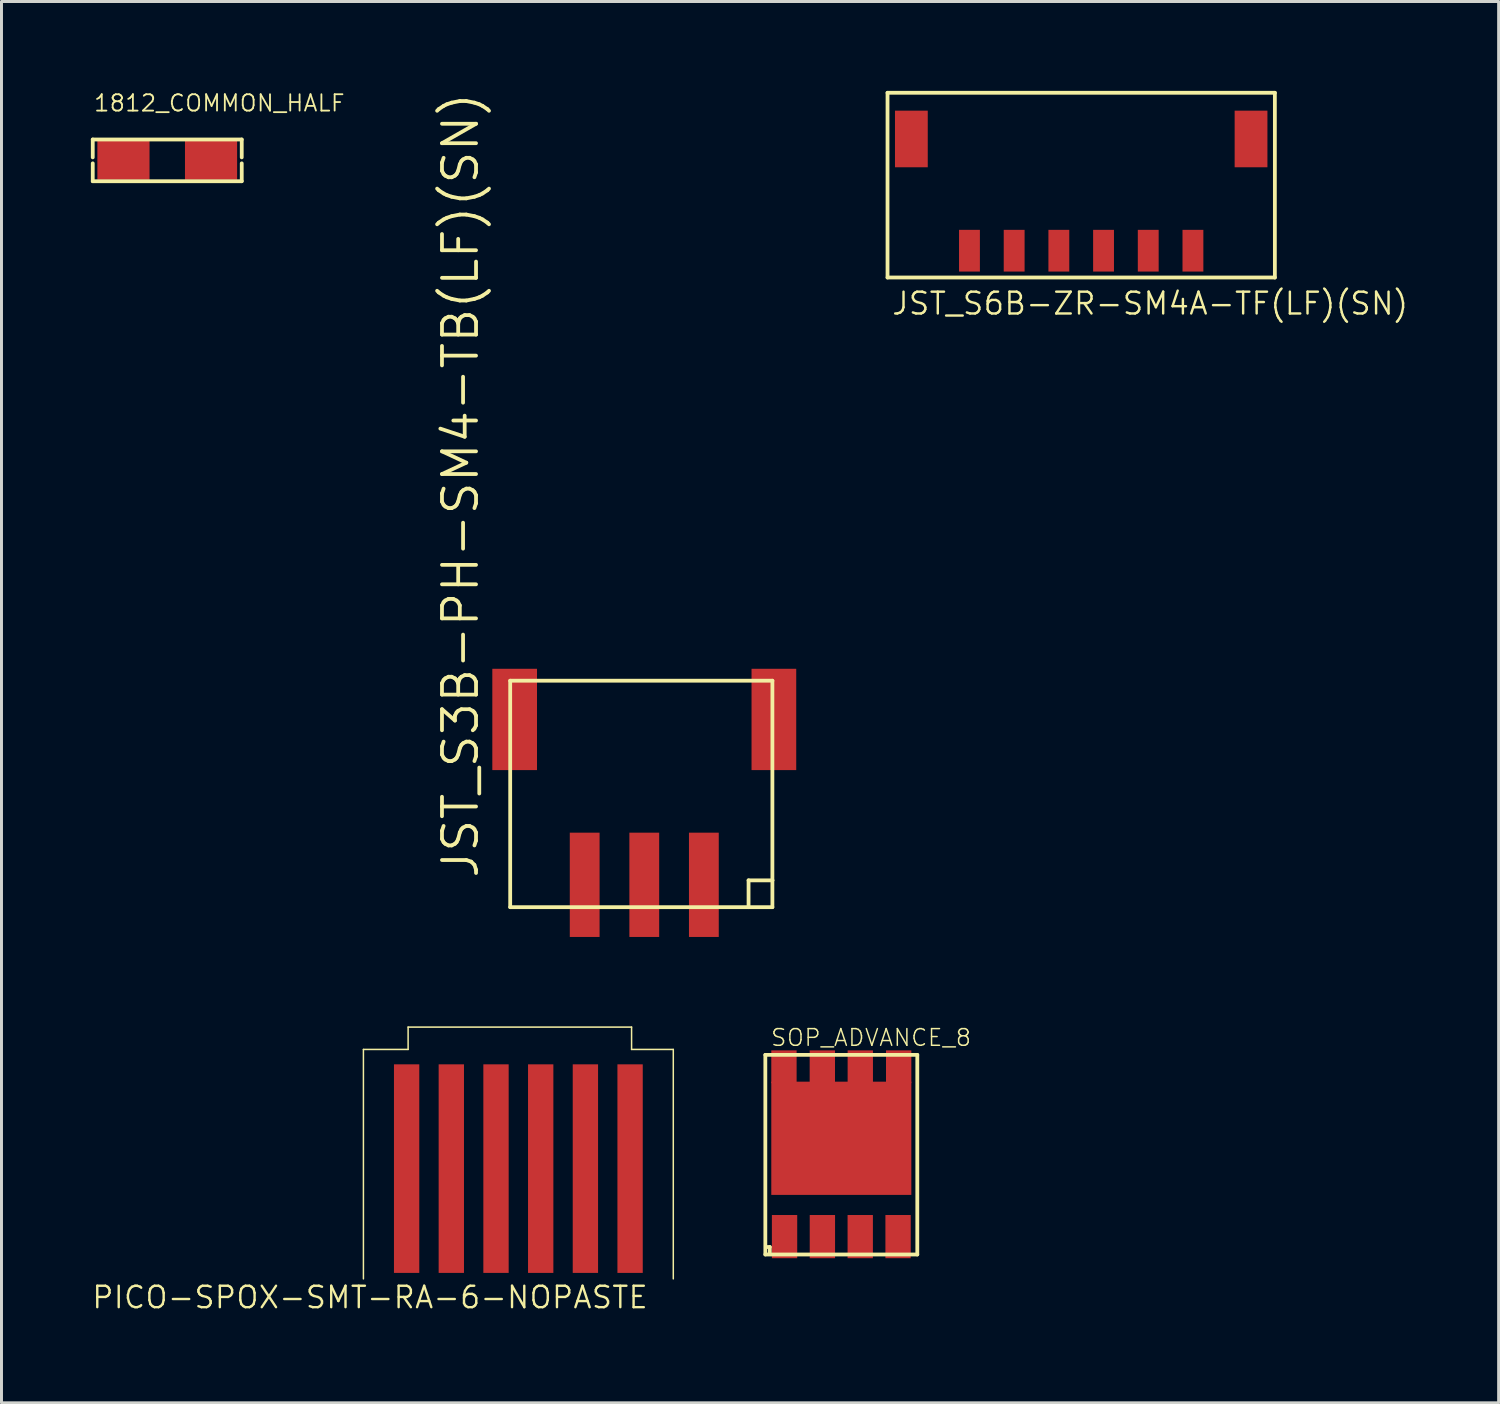
<source format=kicad_pcb>
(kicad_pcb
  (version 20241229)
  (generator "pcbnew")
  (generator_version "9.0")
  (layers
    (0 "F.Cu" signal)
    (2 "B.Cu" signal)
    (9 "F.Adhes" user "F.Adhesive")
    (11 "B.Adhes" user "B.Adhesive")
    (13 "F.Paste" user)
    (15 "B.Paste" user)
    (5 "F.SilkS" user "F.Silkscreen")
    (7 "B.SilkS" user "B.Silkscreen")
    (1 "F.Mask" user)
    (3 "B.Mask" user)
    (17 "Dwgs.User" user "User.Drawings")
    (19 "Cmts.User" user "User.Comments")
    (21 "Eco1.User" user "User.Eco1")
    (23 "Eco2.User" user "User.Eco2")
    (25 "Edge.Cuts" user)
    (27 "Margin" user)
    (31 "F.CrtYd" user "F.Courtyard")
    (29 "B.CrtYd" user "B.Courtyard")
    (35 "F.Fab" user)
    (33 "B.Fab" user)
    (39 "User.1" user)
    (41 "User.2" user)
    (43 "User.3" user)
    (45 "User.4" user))
  (footprint "PICO-SPOX-SMT-RA-6-NOPASTE"
    (layer "F.Cu")
    (at 14.347 36.171)
    (property "Reference" "PICO-SPOX-SMT-RA-6-NOPASTE" (at 4.4 3.9 0) (layer "F.SilkS") (effects (font (size 0.72 0.72) (thickness 0.08)) (justify right top)))
    (fp_line (start -5.2 -4) (end -3.7 -4) (stroke (width 0.05) (type solid)) (layer "F.SilkS"))
    (fp_line (start -5.2 3.7) (end -5.2 -4) (stroke (width 0.05) (type solid)) (layer "F.SilkS"))
    (fp_line (start -3.7 -4.75) (end 3.8 -4.75) (stroke (width 0.05) (type solid)) (layer "F.SilkS"))
    (fp_line (start -3.7 -4) (end -3.7 -4.75) (stroke (width 0.05) (type solid)) (layer "F.SilkS"))
    (fp_line (start 3.8 -4.75) (end 3.8 -4) (stroke (width 0.05) (type solid)) (layer "F.SilkS"))
    (fp_line (start 3.8 -4) (end 5.2 -4) (stroke (width 0.05) (type solid)) (layer "F.SilkS"))
    (fp_line (start 5.2 -4) (end 5.2 3.7) (stroke (width 0.05) (type solid)) (layer "F.SilkS"))
    (pad "1" smd rect (at 3.75 0 90) (size 7 0.85) (layers "F.Cu" "F.Mask"))
    (pad "2" smd rect (at 2.25 0 90) (size 7 0.85) (layers "F.Cu" "F.Mask"))
    (pad "3" smd rect (at 0.75 0 90) (size 7 0.85) (layers "F.Cu" "F.Mask"))
    (pad "4" smd rect (at -0.75 0 90) (size 7 0.85) (layers "F.Cu" "F.Mask"))
    (pad "5" smd rect (at -2.25 0 90) (size 7 0.85) (layers "F.Cu" "F.Mask"))
    (pad "6" smd rect (at -3.75 0 90) (size 7 0.85) (layers "F.Cu" "F.Mask")))
  (footprint "1812_COMMON_HALF"
    (layer "F.Cu")
    (at 2.563 2.332)
    (property "Reference" "1812_COMMON_HALF" (at -2.5 -1.6 0) (layer "F.SilkS") (effects (font (size 0.549 0.549) (thickness 0.061)) (justify left bottom)))
    (fp_line (start -2.5 -0.7) (end 2.5 -0.7) (stroke (width 0.127) (type solid)) (layer "F.SilkS"))
    (fp_line (start -2.5 -0.1) (end -2.5 -0.7) (stroke (width 0.127) (type solid)) (layer "F.SilkS"))
    (fp_line (start -2.5 0.1) (end -2.5 0.7) (stroke (width 0.127) (type solid)) (layer "F.SilkS"))
    (fp_line (start -2.5 0.7) (end 2.5 0.7) (stroke (width 0.127) (type solid)) (layer "F.SilkS"))
    (fp_line (start 2.5 -0.7) (end 2.5 -0.1) (stroke (width 0.127) (type solid)) (layer "F.SilkS"))
    (fp_line (start 2.5 0.7) (end 2.5 0.1) (stroke (width 0.127) (type solid)) (layer "F.SilkS"))
    (pad "P$1" smd rect (at -1.47 0) (size 1.75 1.3) (layers "F.Cu" "F.Mask" "F.Paste"))
    (pad "P$2" smd rect (at 1.47 0) (size 1.75 1.3) (layers "F.Cu" "F.Mask" "F.Paste")))
  (footprint "JST_S6B-ZR-SM4A-TF(LF)(SN)"
    (layer "F.Cu")
    (at 33.237 5.364)
    (property "Reference" "JST_S6B-ZR-SM4A-TF(LF)(SN)" (at -6.4 2.2 0) (layer "F.SilkS") (effects (font (size 0.732 0.732) (thickness 0.081)) (justify left bottom)))
    (fp_line (start -6.5 -5.3) (end 6.5 -5.3) (stroke (width 0.127) (type solid)) (layer "F.SilkS"))
    (fp_line (start -6.5 0.9) (end -6.5 -5.3) (stroke (width 0.127) (type solid)) (layer "F.SilkS"))
    (fp_line (start 6.5 -5.3) (end 6.5 0.9) (stroke (width 0.127) (type solid)) (layer "F.SilkS"))
    (fp_line (start 6.5 0.9) (end -6.5 0.9) (stroke (width 0.127) (type solid)) (layer "F.SilkS"))
    (pad "1" smd rect (at 3.75 0) (size 0.7 1.4) (layers "F.Cu" "F.Mask" "F.Paste"))
    (pad "2" smd rect (at 2.25 0) (size 0.7 1.4) (layers "F.Cu" "F.Mask" "F.Paste"))
    (pad "3" smd rect (at 0.75 0) (size 0.7 1.4) (layers "F.Cu" "F.Mask" "F.Paste"))
    (pad "4" smd rect (at -0.75 0) (size 0.7 1.4) (layers "F.Cu" "F.Mask" "F.Paste"))
    (pad "5" smd rect (at -2.25 0) (size 0.7 1.4) (layers "F.Cu" "F.Mask" "F.Paste"))
    (pad "6" smd rect (at -3.75 0) (size 0.7 1.4) (layers "F.Cu" "F.Mask" "F.Paste"))
    (pad "P1" smd rect (at 5.7 -3.75) (size 1.1 1.9) (layers "F.Cu" "F.Mask" "F.Paste"))
    (pad "P2" smd rect (at -5.7 -3.75) (size 1.1 1.9) (layers "F.Cu" "F.Mask" "F.Paste")))
  (footprint "JST_S3B-PH-SM4-TB(LF)(SN)"
    (layer "F.Cu")
    (at 18.573 23.666)
    (property "Reference" "JST_S3B-PH-SM4-TB(LF)(SN)" (at -5.5 2.83 90) (layer "F.SilkS") (effects (font (size 1.143 1.143) (thickness 0.127)) (justify left bottom)))
    (fp_line (start -4.5 -3.87) (end -4.5 3.73) (stroke (width 0.127) (type solid)) (layer "F.SilkS"))
    (fp_line (start -4.5 -3.87) (end 4.3 -3.87) (stroke (width 0.127) (type solid)) (layer "F.SilkS"))
    (fp_line (start -4.5 3.73) (end 3.5 3.73) (stroke (width 0.127) (type solid)) (layer "F.SilkS"))
    (fp_line (start 3.5 2.83) (end 3.5 3.73) (stroke (width 0.127) (type solid)) (layer "F.SilkS"))
    (fp_line (start 3.5 3.73) (end 4.3 3.73) (stroke (width 0.127) (type solid)) (layer "F.SilkS"))
    (fp_line (start 4.3 2.83) (end 3.5 2.83) (stroke (width 0.127) (type solid)) (layer "F.SilkS"))
    (fp_line (start 4.3 2.83) (end 4.3 -3.87) (stroke (width 0.127) (type solid)) (layer "F.SilkS"))
    (fp_line (start 4.3 3.73) (end 4.3 2.83) (stroke (width 0.127) (type solid)) (layer "F.SilkS"))
    (pad "1" smd rect (at 2 2.98) (size 1 3.5) (layers "F.Cu" "F.Mask" "F.Paste"))
    (pad "2" smd rect (at 0 2.98) (size 1 3.5) (layers "F.Cu" "F.Mask" "F.Paste"))
    (pad "3" smd rect (at -2 2.98) (size 1 3.5) (layers "F.Cu" "F.Mask" "F.Paste"))
    (pad "S1" smd rect (at -4.35 -2.57) (size 1.5 3.4) (layers "F.Cu" "F.Mask" "F.Paste"))
    (pad "S2" smd rect (at 4.35 -2.57) (size 1.5 3.4) (layers "F.Cu" "F.Mask" "F.Paste")))
  (footprint "SOP_ADVANCE_8"
    (layer "F.Cu")
    (at 25.186 35.503)
    (property "Reference" "SOP_ADVANCE_8" (at -2.4 -3.4 0) (layer "F.SilkS") (effects (font (size 0.561 0.561) (thickness 0.049)) (justify left bottom)))
    (fp_line (start -2.55 -3.15) (end 2.55 -3.15) (stroke (width 0.127) (type solid)) (layer "F.SilkS"))
    (fp_line (start -2.55 3.55) (end -2.55 -3.15) (stroke (width 0.127) (type solid)) (layer "F.SilkS"))
    (fp_line (start -2.5 3.3) (end -2.4 3.3) (stroke (width 0.127) (type solid)) (layer "F.SilkS"))
    (fp_line (start -2.4 3.3) (end -2.4 3.5) (stroke (width 0.127) (type solid)) (layer "F.SilkS"))
    (fp_line (start 2.55 -3.15) (end 2.55 3.55) (stroke (width 0.127) (type solid)) (layer "F.SilkS"))
    (fp_line (start 2.55 3.55) (end -2.55 3.55) (stroke (width 0.127) (type solid)) (layer "F.SilkS"))
    (pad "1" smd rect (at -1.905 2.95) (size 0.85 1.45) (layers "F.Cu" "F.Mask" "F.Paste"))
    (pad "2" smd rect (at -0.635 2.95) (size 0.85 1.45) (layers "F.Cu" "F.Mask" "F.Paste"))
    (pad "3" smd rect (at 0.635 2.95) (size 0.85 1.45) (layers "F.Cu" "F.Mask" "F.Paste"))
    (pad "4" smd rect (at 1.905 2.95) (size 0.85 1.45) (layers "F.Cu" "F.Mask" "F.Paste"))
    (pad "5" smd rect (at 1.925 -2.75) (size 0.85 1.1) (layers "F.Cu" "F.Mask" "F.Paste"))
    (pad "6" smd rect (at 0.637 -2.75) (size 0.85 1.1) (layers "F.Cu" "F.Mask" "F.Paste"))
    (pad "7" smd rect (at -0.637 -2.75) (size 0.85 1.1) (layers "F.Cu" "F.Mask" "F.Paste"))
    (pad "8" smd rect (at -1.925 -2.75) (size 0.85 1.1) (layers "F.Cu" "F.Mask" "F.Paste"))
    (pad "PAD" smd rect (at 0 -0.35) (size 4.7 3.8) (layers "F.Cu" "F.Mask" "F.Paste")))
  (gr_rect
    (start -3 -3)
    (end 47.247 44.031)
    (stroke (width 0.1) (type default))
    (fill no)
    (layer "Edge.Cuts")))
</source>
